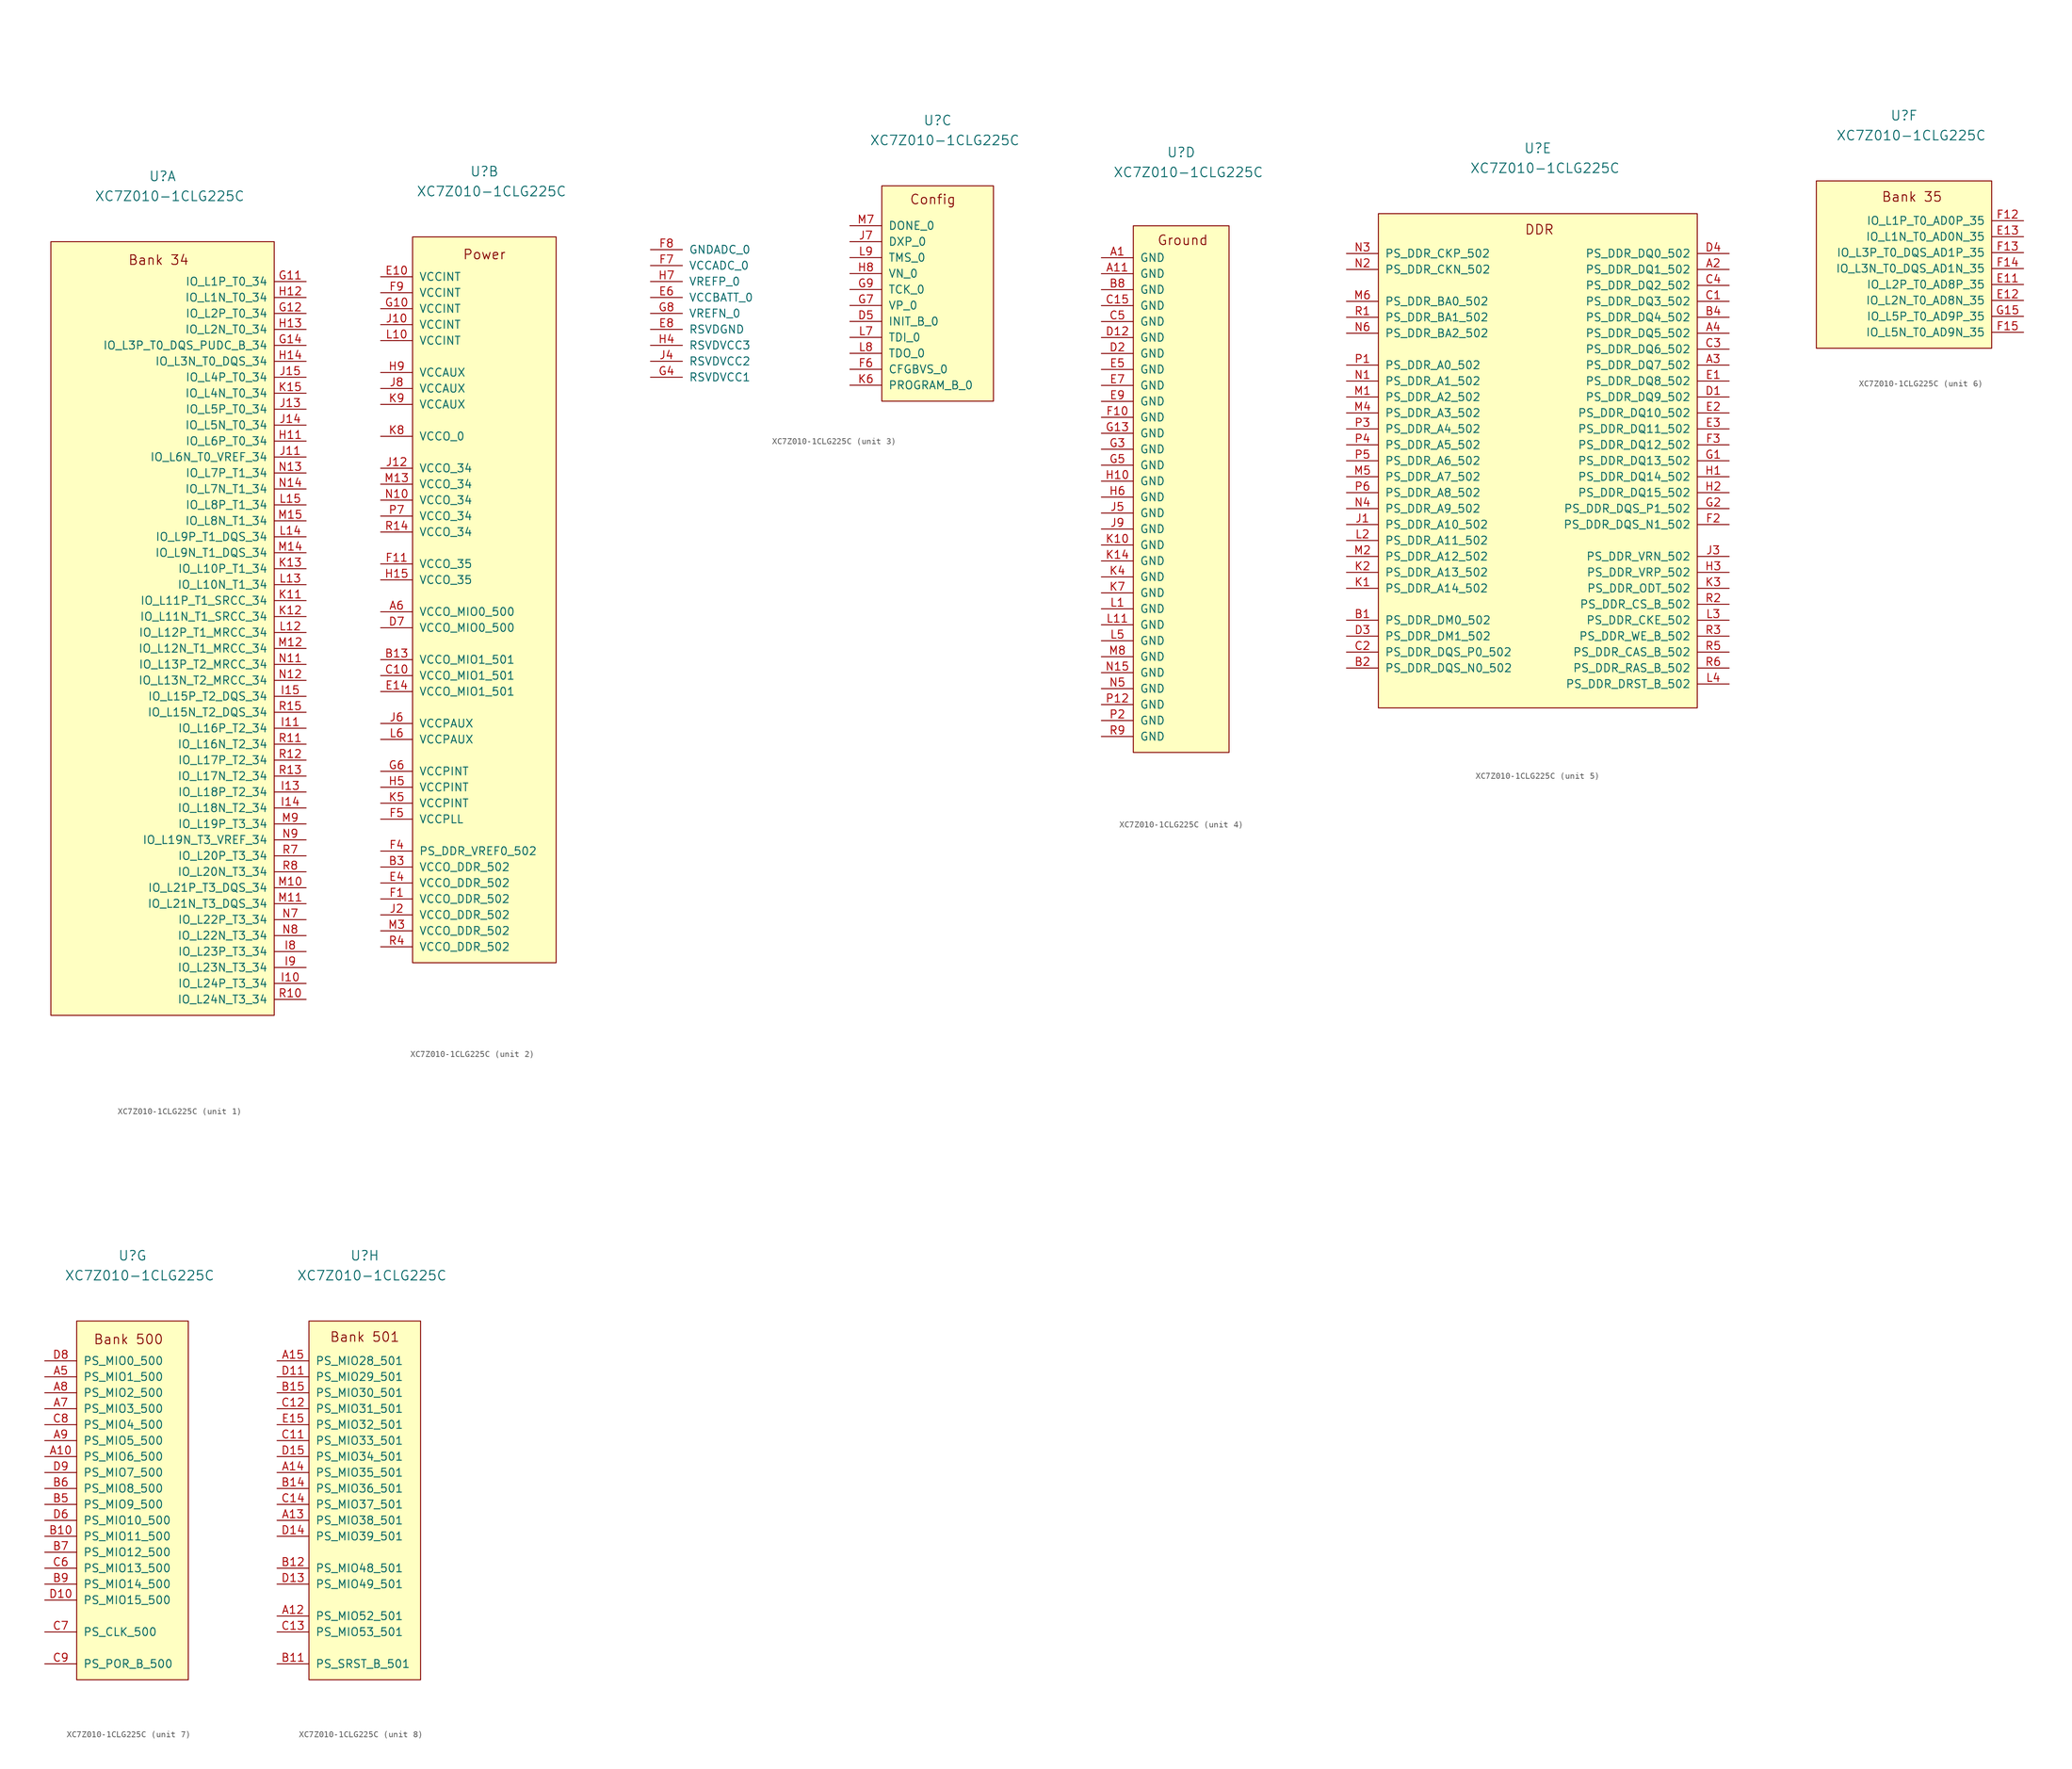
<source format=kicad_sym>
(kicad_symbol_lib
  (version 20211014)
  (generator kicad_symbol_editor)
  (symbol "XC7Z010-1CLG225C"
    (pin_names
      (offset 1.016))
    (property "Reference" "U"
      (at 0 16.764 0)
      (effects (font (size 1.524 1.524))))
    (property "Value" "XC7Z010-1CLG225C"
      (at 1.143 13.589 0)
      (effects (font (size 1.524 1.524))))
    (property "Footprint" ""
      (at -1.143 26.162 0)
      (effects (font (size 1.524 1.524))))
    (property "Datasheet" ""
      (at -1.143 26.162 0)
      (effects (font (size 1.524 1.524))))
    (property "ki_locked" ""
      (at 0 0 0)
      (effects (font (size 1.27 1.27))))
    (symbol "XC7Z010-1CLG225C_1_0"
      (text "Bank 34" (at -0.635 3.429 0) (effects (font (size 1.524 1.524)))))
    (symbol "XC7Z010-1CLG225C_1_1"
      (rectangle (start 17.78 6.35) (end -17.78 -116.84) (stroke (width 0) (type default) (color 0 0 0 0)) (fill (type background)))
      (pin input line (at 22.86 0 180) (length 5.08) (name "IO_L1P_T0_34" (effects (font (size 1.27 1.27)))) (number "G11" (effects (font (size 1.27 1.27)))))
      (pin input line (at 22.86 -5.08 180) (length 5.08) (name "IO_L2P_T0_34" (effects (font (size 1.27 1.27)))) (number "G12" (effects (font (size 1.27 1.27)))))
      (pin input line (at 22.86 -10.16 180) (length 5.08) (name "IO_L3P_T0_DQS_PUDC_B_34" (effects (font (size 1.27 1.27)))) (number "G14" (effects (font (size 1.27 1.27)))))
      (pin input line (at 22.86 -25.4 180) (length 5.08) (name "IO_L6P_T0_34" (effects (font (size 1.27 1.27)))) (number "H11" (effects (font (size 1.27 1.27)))))
      (pin input line (at 22.86 -2.54 180) (length 5.08) (name "IO_L1N_T0_34" (effects (font (size 1.27 1.27)))) (number "H12" (effects (font (size 1.27 1.27)))))
      (pin input line (at 22.86 -7.62 180) (length 5.08) (name "IO_L2N_T0_34" (effects (font (size 1.27 1.27)))) (number "H13" (effects (font (size 1.27 1.27)))))
      (pin input line (at 22.86 -12.7 180) (length 5.08) (name "IO_L3N_T0_DQS_34" (effects (font (size 1.27 1.27)))) (number "H14" (effects (font (size 1.27 1.27)))))
      (pin input line (at 22.86 -111.76 180) (length 5.08) (name "IO_L24P_T3_34" (effects (font (size 1.27 1.27)))) (number "I10" (effects (font (size 1.27 1.27)))))
      (pin input line (at 22.86 -71.12 180) (length 5.08) (name "IO_L16P_T2_34" (effects (font (size 1.27 1.27)))) (number "I11" (effects (font (size 1.27 1.27)))))
      (pin input line (at 22.86 -81.28 180) (length 5.08) (name "IO_L18P_T2_34" (effects (font (size 1.27 1.27)))) (number "I13" (effects (font (size 1.27 1.27)))))
      (pin input line (at 22.86 -83.82 180) (length 5.08) (name "IO_L18N_T2_34" (effects (font (size 1.27 1.27)))) (number "I14" (effects (font (size 1.27 1.27)))))
      (pin input line (at 22.86 -66.04 180) (length 5.08) (name "IO_L15P_T2_DQS_34" (effects (font (size 1.27 1.27)))) (number "I15" (effects (font (size 1.27 1.27)))))
      (pin input line (at 22.86 -106.68 180) (length 5.08) (name "IO_L23P_T3_34" (effects (font (size 1.27 1.27)))) (number "I8" (effects (font (size 1.27 1.27)))))
      (pin input line (at 22.86 -109.22 180) (length 5.08) (name "IO_L23N_T3_34" (effects (font (size 1.27 1.27)))) (number "I9" (effects (font (size 1.27 1.27)))))
      (pin input line (at 22.86 -27.94 180) (length 5.08) (name "IO_L6N_T0_VREF_34" (effects (font (size 1.27 1.27)))) (number "J11" (effects (font (size 1.27 1.27)))))
      (pin input line (at 22.86 -20.32 180) (length 5.08) (name "IO_L5P_T0_34" (effects (font (size 1.27 1.27)))) (number "J13" (effects (font (size 1.27 1.27)))))
      (pin input line (at 22.86 -22.86 180) (length 5.08) (name "IO_L5N_T0_34" (effects (font (size 1.27 1.27)))) (number "J14" (effects (font (size 1.27 1.27)))))
      (pin input line (at 22.86 -15.24 180) (length 5.08) (name "IO_L4P_T0_34" (effects (font (size 1.27 1.27)))) (number "J15" (effects (font (size 1.27 1.27)))))
      (pin input line (at 22.86 -50.8 180) (length 5.08) (name "IO_L11P_T1_SRCC_34" (effects (font (size 1.27 1.27)))) (number "K11" (effects (font (size 1.27 1.27)))))
      (pin input line (at 22.86 -53.34 180) (length 5.08) (name "IO_L11N_T1_SRCC_34" (effects (font (size 1.27 1.27)))) (number "K12" (effects (font (size 1.27 1.27)))))
      (pin input line (at 22.86 -45.72 180) (length 5.08) (name "IO_L10P_T1_34" (effects (font (size 1.27 1.27)))) (number "K13" (effects (font (size 1.27 1.27)))))
      (pin input line (at 22.86 -17.78 180) (length 5.08) (name "IO_L4N_T0_34" (effects (font (size 1.27 1.27)))) (number "K15" (effects (font (size 1.27 1.27)))))
      (pin input line (at 22.86 -55.88 180) (length 5.08) (name "IO_L12P_T1_MRCC_34" (effects (font (size 1.27 1.27)))) (number "L12" (effects (font (size 1.27 1.27)))))
      (pin input line (at 22.86 -48.26 180) (length 5.08) (name "IO_L10N_T1_34" (effects (font (size 1.27 1.27)))) (number "L13" (effects (font (size 1.27 1.27)))))
      (pin input line (at 22.86 -40.64 180) (length 5.08) (name "IO_L9P_T1_DQS_34" (effects (font (size 1.27 1.27)))) (number "L14" (effects (font (size 1.27 1.27)))))
      (pin input line (at 22.86 -35.56 180) (length 5.08) (name "IO_L8P_T1_34" (effects (font (size 1.27 1.27)))) (number "L15" (effects (font (size 1.27 1.27)))))
      (pin input line (at 22.86 -96.52 180) (length 5.08) (name "IO_L21P_T3_DQS_34" (effects (font (size 1.27 1.27)))) (number "M10" (effects (font (size 1.27 1.27)))))
      (pin input line (at 22.86 -99.06 180) (length 5.08) (name "IO_L21N_T3_DQS_34" (effects (font (size 1.27 1.27)))) (number "M11" (effects (font (size 1.27 1.27)))))
      (pin input line (at 22.86 -58.42 180) (length 5.08) (name "IO_L12N_T1_MRCC_34" (effects (font (size 1.27 1.27)))) (number "M12" (effects (font (size 1.27 1.27)))))
      (pin input line (at 22.86 -43.18 180) (length 5.08) (name "IO_L9N_T1_DQS_34" (effects (font (size 1.27 1.27)))) (number "M14" (effects (font (size 1.27 1.27)))))
      (pin input line (at 22.86 -38.1 180) (length 5.08) (name "IO_L8N_T1_34" (effects (font (size 1.27 1.27)))) (number "M15" (effects (font (size 1.27 1.27)))))
      (pin input line (at 22.86 -86.36 180) (length 5.08) (name "IO_L19P_T3_34" (effects (font (size 1.27 1.27)))) (number "M9" (effects (font (size 1.27 1.27)))))
      (pin input line (at 22.86 -60.96 180) (length 5.08) (name "IO_L13P_T2_MRCC_34" (effects (font (size 1.27 1.27)))) (number "N11" (effects (font (size 1.27 1.27)))))
      (pin input line (at 22.86 -63.5 180) (length 5.08) (name "IO_L13N_T2_MRCC_34" (effects (font (size 1.27 1.27)))) (number "N12" (effects (font (size 1.27 1.27)))))
      (pin input line (at 22.86 -30.48 180) (length 5.08) (name "IO_L7P_T1_34" (effects (font (size 1.27 1.27)))) (number "N13" (effects (font (size 1.27 1.27)))))
      (pin input line (at 22.86 -33.02 180) (length 5.08) (name "IO_L7N_T1_34" (effects (font (size 1.27 1.27)))) (number "N14" (effects (font (size 1.27 1.27)))))
      (pin input line (at 22.86 -101.6 180) (length 5.08) (name "IO_L22P_T3_34" (effects (font (size 1.27 1.27)))) (number "N7" (effects (font (size 1.27 1.27)))))
      (pin input line (at 22.86 -104.14 180) (length 5.08) (name "IO_L22N_T3_34" (effects (font (size 1.27 1.27)))) (number "N8" (effects (font (size 1.27 1.27)))))
      (pin input line (at 22.86 -88.9 180) (length 5.08) (name "IO_L19N_T3_VREF_34" (effects (font (size 1.27 1.27)))) (number "N9" (effects (font (size 1.27 1.27)))))
      (pin input line (at 22.86 -114.3 180) (length 5.08) (name "IO_L24N_T3_34" (effects (font (size 1.27 1.27)))) (number "R10" (effects (font (size 1.27 1.27)))))
      (pin input line (at 22.86 -73.66 180) (length 5.08) (name "IO_L16N_T2_34" (effects (font (size 1.27 1.27)))) (number "R11" (effects (font (size 1.27 1.27)))))
      (pin input line (at 22.86 -76.2 180) (length 5.08) (name "IO_L17P_T2_34" (effects (font (size 1.27 1.27)))) (number "R12" (effects (font (size 1.27 1.27)))))
      (pin input line (at 22.86 -78.74 180) (length 5.08) (name "IO_L17N_T2_34" (effects (font (size 1.27 1.27)))) (number "R13" (effects (font (size 1.27 1.27)))))
      (pin input line (at 22.86 -68.58 180) (length 5.08) (name "IO_L15N_T2_DQS_34" (effects (font (size 1.27 1.27)))) (number "R15" (effects (font (size 1.27 1.27)))))
      (pin input line (at 22.86 -91.44 180) (length 5.08) (name "IO_L20P_T3_34" (effects (font (size 1.27 1.27)))) (number "R7" (effects (font (size 1.27 1.27)))))
      (pin input line (at 22.86 -93.98 180) (length 5.08) (name "IO_L20N_T3_34" (effects (font (size 1.27 1.27)))) (number "R8" (effects (font (size 1.27 1.27))))))
    (symbol "XC7Z010-1CLG225C_2_0"
      (text "Power" (at 0 3.556 0) (effects (font (size 1.524 1.524)))))
    (symbol "XC7Z010-1CLG225C_2_1"
      (rectangle (start -11.43 6.35) (end 11.43 -109.22) (stroke (width 0) (type default) (color 0 0 0 0)) (fill (type background)))
      (pin passive line (at -16.51 -53.34 0) (length 5.08) (name "VCCO_MIO0_500" (effects (font (size 1.27 1.27)))) (number "A6" (effects (font (size 1.27 1.27)))))
      (pin passive line (at -16.51 -60.96 0) (length 5.08) (name "VCCO_MIO1_501" (effects (font (size 1.27 1.27)))) (number "B13" (effects (font (size 1.27 1.27)))))
      (pin passive line (at -16.51 -93.98 0) (length 5.08) (name "VCCO_DDR_502" (effects (font (size 1.27 1.27)))) (number "B3" (effects (font (size 1.27 1.27)))))
      (pin passive line (at -16.51 -63.5 0) (length 5.08) (name "VCCO_MIO1_501" (effects (font (size 1.27 1.27)))) (number "C10" (effects (font (size 1.27 1.27)))))
      (pin passive line (at -16.51 -55.88 0) (length 5.08) (name "VCCO_MIO0_500" (effects (font (size 1.27 1.27)))) (number "D7" (effects (font (size 1.27 1.27)))))
      (pin passive line (at -16.51 0 0) (length 5.08) (name "VCCINT" (effects (font (size 1.27 1.27)))) (number "E10" (effects (font (size 1.27 1.27)))))
      (pin passive line (at -16.51 -66.04 0) (length 5.08) (name "VCCO_MIO1_501" (effects (font (size 1.27 1.27)))) (number "E14" (effects (font (size 1.27 1.27)))))
      (pin passive line (at -16.51 -96.52 0) (length 5.08) (name "VCCO_DDR_502" (effects (font (size 1.27 1.27)))) (number "E4" (effects (font (size 1.27 1.27)))))
      (pin passive line (at -16.51 -99.06 0) (length 5.08) (name "VCCO_DDR_502" (effects (font (size 1.27 1.27)))) (number "F1" (effects (font (size 1.27 1.27)))))
      (pin passive line (at -16.51 -45.72 0) (length 5.08) (name "VCCO_35" (effects (font (size 1.27 1.27)))) (number "F11" (effects (font (size 1.27 1.27)))))
      (pin power_out line (at -16.51 -91.44 0) (length 5.08) (name "PS_DDR_VREF0_502" (effects (font (size 1.27 1.27)))) (number "F4" (effects (font (size 1.27 1.27)))))
      (pin passive line (at -16.51 -86.36 0) (length 5.08) (name "VCCPLL" (effects (font (size 1.27 1.27)))) (number "F5" (effects (font (size 1.27 1.27)))))
      (pin passive line (at -16.51 -2.54 0) (length 5.08) (name "VCCINT" (effects (font (size 1.27 1.27)))) (number "F9" (effects (font (size 1.27 1.27)))))
      (pin passive line (at -16.51 -5.08 0) (length 5.08) (name "VCCINT" (effects (font (size 1.27 1.27)))) (number "G10" (effects (font (size 1.27 1.27)))))
      (pin passive line (at -16.51 -78.74 0) (length 5.08) (name "VCCPINT" (effects (font (size 1.27 1.27)))) (number "G6" (effects (font (size 1.27 1.27)))))
      (pin passive line (at -16.51 -48.26 0) (length 5.08) (name "VCCO_35" (effects (font (size 1.27 1.27)))) (number "H15" (effects (font (size 1.27 1.27)))))
      (pin passive line (at -16.51 -81.28 0) (length 5.08) (name "VCCPINT" (effects (font (size 1.27 1.27)))) (number "H5" (effects (font (size 1.27 1.27)))))
      (pin passive line (at -16.51 -15.24 0) (length 5.08) (name "VCCAUX" (effects (font (size 1.27 1.27)))) (number "H9" (effects (font (size 1.27 1.27)))))
      (pin passive line (at -16.51 -7.62 0) (length 5.08) (name "VCCINT" (effects (font (size 1.27 1.27)))) (number "J10" (effects (font (size 1.27 1.27)))))
      (pin passive line (at -16.51 -30.48 0) (length 5.08) (name "VCCO_34" (effects (font (size 1.27 1.27)))) (number "J12" (effects (font (size 1.27 1.27)))))
      (pin passive line (at -16.51 -101.6 0) (length 5.08) (name "VCCO_DDR_502" (effects (font (size 1.27 1.27)))) (number "J2" (effects (font (size 1.27 1.27)))))
      (pin passive line (at -16.51 -71.12 0) (length 5.08) (name "VCCPAUX" (effects (font (size 1.27 1.27)))) (number "J6" (effects (font (size 1.27 1.27)))))
      (pin passive line (at -16.51 -17.78 0) (length 5.08) (name "VCCAUX" (effects (font (size 1.27 1.27)))) (number "J8" (effects (font (size 1.27 1.27)))))
      (pin passive line (at -16.51 -83.82 0) (length 5.08) (name "VCCPINT" (effects (font (size 1.27 1.27)))) (number "K5" (effects (font (size 1.27 1.27)))))
      (pin passive line (at -16.51 -25.4 0) (length 5.08) (name "VCCO_0" (effects (font (size 1.27 1.27)))) (number "K8" (effects (font (size 1.27 1.27)))))
      (pin passive line (at -16.51 -20.32 0) (length 5.08) (name "VCCAUX" (effects (font (size 1.27 1.27)))) (number "K9" (effects (font (size 1.27 1.27)))))
      (pin passive line (at -16.51 -10.16 0) (length 5.08) (name "VCCINT" (effects (font (size 1.27 1.27)))) (number "L10" (effects (font (size 1.27 1.27)))))
      (pin passive line (at -16.51 -73.66 0) (length 5.08) (name "VCCPAUX" (effects (font (size 1.27 1.27)))) (number "L6" (effects (font (size 1.27 1.27)))))
      (pin passive line (at -16.51 -33.02 0) (length 5.08) (name "VCCO_34" (effects (font (size 1.27 1.27)))) (number "M13" (effects (font (size 1.27 1.27)))))
      (pin passive line (at -16.51 -104.14 0) (length 5.08) (name "VCCO_DDR_502" (effects (font (size 1.27 1.27)))) (number "M3" (effects (font (size 1.27 1.27)))))
      (pin passive line (at -16.51 -35.56 0) (length 5.08) (name "VCCO_34" (effects (font (size 1.27 1.27)))) (number "N10" (effects (font (size 1.27 1.27)))))
      (pin passive line (at -16.51 -38.1 0) (length 5.08) (name "VCCO_34" (effects (font (size 1.27 1.27)))) (number "P7" (effects (font (size 1.27 1.27)))))
      (pin passive line (at -16.51 -40.64 0) (length 5.08) (name "VCCO_34" (effects (font (size 1.27 1.27)))) (number "R14" (effects (font (size 1.27 1.27)))))
      (pin passive line (at -16.51 -106.68 0) (length 5.08) (name "VCCO_DDR_502" (effects (font (size 1.27 1.27)))) (number "R4" (effects (font (size 1.27 1.27))))))
    (symbol "XC7Z010-1CLG225C_3_0"
      (text "Config" (at -0.762 4.191 0) (effects (font (size 1.524 1.524)))))
    (symbol "XC7Z010-1CLG225C_3_1"
      (rectangle (start -8.89 6.35) (end 8.89 -27.94) (stroke (width 0) (type default) (color 0 0 0 0)) (fill (type background)))
      (pin input line (at -13.97 -15.24 0) (length 5.08) (name "INIT_B_0" (effects (font (size 1.27 1.27)))) (number "D5" (effects (font (size 1.27 1.27)))))
      (pin input line (at -45.72 -11.43 0) (length 5.08) (name "VCCBATT_0" (effects (font (size 1.27 1.27)))) (number "E6" (effects (font (size 1.27 1.27)))))
      (pin input line (at -45.72 -16.51 0) (length 5.08) (name "RSVDGND" (effects (font (size 1.27 1.27)))) (number "E8" (effects (font (size 1.27 1.27)))))
      (pin input line (at -13.97 -22.86 0) (length 5.08) (name "CFGBVS_0" (effects (font (size 1.27 1.27)))) (number "F6" (effects (font (size 1.27 1.27)))))
      (pin input line (at -45.72 -6.35 0) (length 5.08) (name "VCCADC_0" (effects (font (size 1.27 1.27)))) (number "F7" (effects (font (size 1.27 1.27)))))
      (pin input line (at -45.72 -3.81 0) (length 5.08) (name "GNDADC_0" (effects (font (size 1.27 1.27)))) (number "F8" (effects (font (size 1.27 1.27)))))
      (pin input line (at -45.72 -24.13 0) (length 5.08) (name "RSVDVCC1" (effects (font (size 1.27 1.27)))) (number "G4" (effects (font (size 1.27 1.27)))))
      (pin input line (at -13.97 -12.7 0) (length 5.08) (name "VP_0" (effects (font (size 1.27 1.27)))) (number "G7" (effects (font (size 1.27 1.27)))))
      (pin input line (at -45.72 -13.97 0) (length 5.08) (name "VREFN_0" (effects (font (size 1.27 1.27)))) (number "G8" (effects (font (size 1.27 1.27)))))
      (pin input line (at -13.97 -10.16 0) (length 5.08) (name "TCK_0" (effects (font (size 1.27 1.27)))) (number "G9" (effects (font (size 1.27 1.27)))))
      (pin input line (at -45.72 -19.05 0) (length 5.08) (name "RSVDVCC3" (effects (font (size 1.27 1.27)))) (number "H4" (effects (font (size 1.27 1.27)))))
      (pin input line (at -45.72 -8.89 0) (length 5.08) (name "VREFP_0" (effects (font (size 1.27 1.27)))) (number "H7" (effects (font (size 1.27 1.27)))))
      (pin input line (at -13.97 -7.62 0) (length 5.08) (name "VN_0" (effects (font (size 1.27 1.27)))) (number "H8" (effects (font (size 1.27 1.27)))))
      (pin input line (at -45.72 -21.59 0) (length 5.08) (name "RSVDVCC2" (effects (font (size 1.27 1.27)))) (number "J4" (effects (font (size 1.27 1.27)))))
      (pin input line (at -13.97 -2.54 0) (length 5.08) (name "DXP_0" (effects (font (size 1.27 1.27)))) (number "J7" (effects (font (size 1.27 1.27)))))
      (pin input line (at -13.97 -25.4 0) (length 5.08) (name "PROGRAM_B_0" (effects (font (size 1.27 1.27)))) (number "K6" (effects (font (size 1.27 1.27)))))
      (pin input line (at -13.97 -17.78 0) (length 5.08) (name "TDI_0" (effects (font (size 1.27 1.27)))) (number "L7" (effects (font (size 1.27 1.27)))))
      (pin input line (at -13.97 -20.32 0) (length 5.08) (name "TDO_0" (effects (font (size 1.27 1.27)))) (number "L8" (effects (font (size 1.27 1.27)))))
      (pin input line (at -13.97 -5.08 0) (length 5.08) (name "TMS_0" (effects (font (size 1.27 1.27)))) (number "L9" (effects (font (size 1.27 1.27)))))
      (pin input line (at -13.97 0 0) (length 5.08) (name "DONE_0" (effects (font (size 1.27 1.27)))) (number "M7" (effects (font (size 1.27 1.27))))))
    (symbol "XC7Z010-1CLG225C_4_0"
      (text "Ground" (at 0.254 2.794 0) (effects (font (size 1.524 1.524)))))
    (symbol "XC7Z010-1CLG225C_4_1"
      (rectangle (start -7.62 5.08) (end 7.62 -78.74) (stroke (width 0) (type default) (color 0 0 0 0)) (fill (type background)))
      (pin passive line (at -12.7 0 0) (length 5.08) (name "GND" (effects (font (size 1.27 1.27)))) (number "A1" (effects (font (size 1.27 1.27)))))
      (pin passive line (at -12.7 -2.54 0) (length 5.08) (name "GND" (effects (font (size 1.27 1.27)))) (number "A11" (effects (font (size 1.27 1.27)))))
      (pin passive line (at -12.7 -5.08 0) (length 5.08) (name "GND" (effects (font (size 1.27 1.27)))) (number "B8" (effects (font (size 1.27 1.27)))))
      (pin passive line (at -12.7 -7.62 0) (length 5.08) (name "GND" (effects (font (size 1.27 1.27)))) (number "C15" (effects (font (size 1.27 1.27)))))
      (pin passive line (at -12.7 -10.16 0) (length 5.08) (name "GND" (effects (font (size 1.27 1.27)))) (number "C5" (effects (font (size 1.27 1.27)))))
      (pin passive line (at -12.7 -12.7 0) (length 5.08) (name "GND" (effects (font (size 1.27 1.27)))) (number "D12" (effects (font (size 1.27 1.27)))))
      (pin passive line (at -12.7 -15.24 0) (length 5.08) (name "GND" (effects (font (size 1.27 1.27)))) (number "D2" (effects (font (size 1.27 1.27)))))
      (pin passive line (at -12.7 -17.78 0) (length 5.08) (name "GND" (effects (font (size 1.27 1.27)))) (number "E5" (effects (font (size 1.27 1.27)))))
      (pin passive line (at -12.7 -20.32 0) (length 5.08) (name "GND" (effects (font (size 1.27 1.27)))) (number "E7" (effects (font (size 1.27 1.27)))))
      (pin passive line (at -12.7 -22.86 0) (length 5.08) (name "GND" (effects (font (size 1.27 1.27)))) (number "E9" (effects (font (size 1.27 1.27)))))
      (pin passive line (at -12.7 -25.4 0) (length 5.08) (name "GND" (effects (font (size 1.27 1.27)))) (number "F10" (effects (font (size 1.27 1.27)))))
      (pin passive line (at -12.7 -27.94 0) (length 5.08) (name "GND" (effects (font (size 1.27 1.27)))) (number "G13" (effects (font (size 1.27 1.27)))))
      (pin passive line (at -12.7 -30.48 0) (length 5.08) (name "GND" (effects (font (size 1.27 1.27)))) (number "G3" (effects (font (size 1.27 1.27)))))
      (pin passive line (at -12.7 -33.02 0) (length 5.08) (name "GND" (effects (font (size 1.27 1.27)))) (number "G5" (effects (font (size 1.27 1.27)))))
      (pin passive line (at -12.7 -35.56 0) (length 5.08) (name "GND" (effects (font (size 1.27 1.27)))) (number "H10" (effects (font (size 1.27 1.27)))))
      (pin passive line (at -12.7 -38.1 0) (length 5.08) (name "GND" (effects (font (size 1.27 1.27)))) (number "H6" (effects (font (size 1.27 1.27)))))
      (pin passive line (at -12.7 -40.64 0) (length 5.08) (name "GND" (effects (font (size 1.27 1.27)))) (number "J5" (effects (font (size 1.27 1.27)))))
      (pin passive line (at -12.7 -43.18 0) (length 5.08) (name "GND" (effects (font (size 1.27 1.27)))) (number "J9" (effects (font (size 1.27 1.27)))))
      (pin passive line (at -12.7 -45.72 0) (length 5.08) (name "GND" (effects (font (size 1.27 1.27)))) (number "K10" (effects (font (size 1.27 1.27)))))
      (pin passive line (at -12.7 -48.26 0) (length 5.08) (name "GND" (effects (font (size 1.27 1.27)))) (number "K14" (effects (font (size 1.27 1.27)))))
      (pin passive line (at -12.7 -50.8 0) (length 5.08) (name "GND" (effects (font (size 1.27 1.27)))) (number "K4" (effects (font (size 1.27 1.27)))))
      (pin passive line (at -12.7 -53.34 0) (length 5.08) (name "GND" (effects (font (size 1.27 1.27)))) (number "K7" (effects (font (size 1.27 1.27)))))
      (pin passive line (at -12.7 -55.88 0) (length 5.08) (name "GND" (effects (font (size 1.27 1.27)))) (number "L1" (effects (font (size 1.27 1.27)))))
      (pin passive line (at -12.7 -58.42 0) (length 5.08) (name "GND" (effects (font (size 1.27 1.27)))) (number "L11" (effects (font (size 1.27 1.27)))))
      (pin passive line (at -12.7 -60.96 0) (length 5.08) (name "GND" (effects (font (size 1.27 1.27)))) (number "L5" (effects (font (size 1.27 1.27)))))
      (pin passive line (at -12.7 -63.5 0) (length 5.08) (name "GND" (effects (font (size 1.27 1.27)))) (number "M8" (effects (font (size 1.27 1.27)))))
      (pin passive line (at -12.7 -66.04 0) (length 5.08) (name "GND" (effects (font (size 1.27 1.27)))) (number "N15" (effects (font (size 1.27 1.27)))))
      (pin passive line (at -12.7 -68.58 0) (length 5.08) (name "GND" (effects (font (size 1.27 1.27)))) (number "N5" (effects (font (size 1.27 1.27)))))
      (pin passive line (at -12.7 -71.12 0) (length 5.08) (name "GND" (effects (font (size 1.27 1.27)))) (number "P12" (effects (font (size 1.27 1.27)))))
      (pin passive line (at -12.7 -73.66 0) (length 5.08) (name "GND" (effects (font (size 1.27 1.27)))) (number "P2" (effects (font (size 1.27 1.27)))))
      (pin passive line (at -12.7 -76.2 0) (length 5.08) (name "GND" (effects (font (size 1.27 1.27)))) (number "R9" (effects (font (size 1.27 1.27))))))
    (symbol "XC7Z010-1CLG225C_5_0"
      (text "DDR" (at 0.254 3.81 0) (effects (font (size 1.524 1.524)))))
    (symbol "XC7Z010-1CLG225C_5_1"
      (rectangle (start -25.4 6.35) (end 25.4 -72.39) (stroke (width 0) (type default) (color 0 0 0 0)) (fill (type background)))
      (pin input line (at 30.48 -2.54 180) (length 5.08) (name "PS_DDR_DQ1_502" (effects (font (size 1.27 1.27)))) (number "A2" (effects (font (size 1.27 1.27)))))
      (pin input line (at 30.48 -17.78 180) (length 5.08) (name "PS_DDR_DQ7_502" (effects (font (size 1.27 1.27)))) (number "A3" (effects (font (size 1.27 1.27)))))
      (pin input line (at 30.48 -12.7 180) (length 5.08) (name "PS_DDR_DQ5_502" (effects (font (size 1.27 1.27)))) (number "A4" (effects (font (size 1.27 1.27)))))
      (pin input line (at -30.48 -58.42 0) (length 5.08) (name "PS_DDR_DM0_502" (effects (font (size 1.27 1.27)))) (number "B1" (effects (font (size 1.27 1.27)))))
      (pin input line (at -30.48 -66.04 0) (length 5.08) (name "PS_DDR_DQS_N0_502" (effects (font (size 1.27 1.27)))) (number "B2" (effects (font (size 1.27 1.27)))))
      (pin input line (at 30.48 -10.16 180) (length 5.08) (name "PS_DDR_DQ4_502" (effects (font (size 1.27 1.27)))) (number "B4" (effects (font (size 1.27 1.27)))))
      (pin input line (at 30.48 -7.62 180) (length 5.08) (name "PS_DDR_DQ3_502" (effects (font (size 1.27 1.27)))) (number "C1" (effects (font (size 1.27 1.27)))))
      (pin input line (at -30.48 -63.5 0) (length 5.08) (name "PS_DDR_DQS_P0_502" (effects (font (size 1.27 1.27)))) (number "C2" (effects (font (size 1.27 1.27)))))
      (pin input line (at 30.48 -15.24 180) (length 5.08) (name "PS_DDR_DQ6_502" (effects (font (size 1.27 1.27)))) (number "C3" (effects (font (size 1.27 1.27)))))
      (pin input line (at 30.48 -5.08 180) (length 5.08) (name "PS_DDR_DQ2_502" (effects (font (size 1.27 1.27)))) (number "C4" (effects (font (size 1.27 1.27)))))
      (pin input line (at 30.48 -22.86 180) (length 5.08) (name "PS_DDR_DQ9_502" (effects (font (size 1.27 1.27)))) (number "D1" (effects (font (size 1.27 1.27)))))
      (pin input line (at -30.48 -60.96 0) (length 5.08) (name "PS_DDR_DM1_502" (effects (font (size 1.27 1.27)))) (number "D3" (effects (font (size 1.27 1.27)))))
      (pin input line (at 30.48 0 180) (length 5.08) (name "PS_DDR_DQ0_502" (effects (font (size 1.27 1.27)))) (number "D4" (effects (font (size 1.27 1.27)))))
      (pin input line (at 30.48 -20.32 180) (length 5.08) (name "PS_DDR_DQ8_502" (effects (font (size 1.27 1.27)))) (number "E1" (effects (font (size 1.27 1.27)))))
      (pin input line (at 30.48 -25.4 180) (length 5.08) (name "PS_DDR_DQ10_502" (effects (font (size 1.27 1.27)))) (number "E2" (effects (font (size 1.27 1.27)))))
      (pin input line (at 30.48 -27.94 180) (length 5.08) (name "PS_DDR_DQ11_502" (effects (font (size 1.27 1.27)))) (number "E3" (effects (font (size 1.27 1.27)))))
      (pin input line (at 30.48 -43.18 180) (length 5.08) (name "PS_DDR_DQS_N1_502" (effects (font (size 1.27 1.27)))) (number "F2" (effects (font (size 1.27 1.27)))))
      (pin input line (at 30.48 -30.48 180) (length 5.08) (name "PS_DDR_DQ12_502" (effects (font (size 1.27 1.27)))) (number "F3" (effects (font (size 1.27 1.27)))))
      (pin input line (at 30.48 -33.02 180) (length 5.08) (name "PS_DDR_DQ13_502" (effects (font (size 1.27 1.27)))) (number "G1" (effects (font (size 1.27 1.27)))))
      (pin input line (at 30.48 -40.64 180) (length 5.08) (name "PS_DDR_DQS_P1_502" (effects (font (size 1.27 1.27)))) (number "G2" (effects (font (size 1.27 1.27)))))
      (pin input line (at 30.48 -35.56 180) (length 5.08) (name "PS_DDR_DQ14_502" (effects (font (size 1.27 1.27)))) (number "H1" (effects (font (size 1.27 1.27)))))
      (pin input line (at 30.48 -38.1 180) (length 5.08) (name "PS_DDR_DQ15_502" (effects (font (size 1.27 1.27)))) (number "H2" (effects (font (size 1.27 1.27)))))
      (pin input line (at 30.48 -50.8 180) (length 5.08) (name "PS_DDR_VRP_502" (effects (font (size 1.27 1.27)))) (number "H3" (effects (font (size 1.27 1.27)))))
      (pin input line (at -30.48 -43.18 0) (length 5.08) (name "PS_DDR_A10_502" (effects (font (size 1.27 1.27)))) (number "J1" (effects (font (size 1.27 1.27)))))
      (pin input line (at 30.48 -48.26 180) (length 5.08) (name "PS_DDR_VRN_502" (effects (font (size 1.27 1.27)))) (number "J3" (effects (font (size 1.27 1.27)))))
      (pin input line (at -30.48 -53.34 0) (length 5.08) (name "PS_DDR_A14_502" (effects (font (size 1.27 1.27)))) (number "K1" (effects (font (size 1.27 1.27)))))
      (pin input line (at -30.48 -50.8 0) (length 5.08) (name "PS_DDR_A13_502" (effects (font (size 1.27 1.27)))) (number "K2" (effects (font (size 1.27 1.27)))))
      (pin input line (at 30.48 -53.34 180) (length 5.08) (name "PS_DDR_ODT_502" (effects (font (size 1.27 1.27)))) (number "K3" (effects (font (size 1.27 1.27)))))
      (pin input line (at -30.48 -45.72 0) (length 5.08) (name "PS_DDR_A11_502" (effects (font (size 1.27 1.27)))) (number "L2" (effects (font (size 1.27 1.27)))))
      (pin input line (at 30.48 -58.42 180) (length 5.08) (name "PS_DDR_CKE_502" (effects (font (size 1.27 1.27)))) (number "L3" (effects (font (size 1.27 1.27)))))
      (pin input line (at 30.48 -68.58 180) (length 5.08) (name "PS_DDR_DRST_B_502" (effects (font (size 1.27 1.27)))) (number "L4" (effects (font (size 1.27 1.27)))))
      (pin input line (at -30.48 -22.86 0) (length 5.08) (name "PS_DDR_A2_502" (effects (font (size 1.27 1.27)))) (number "M1" (effects (font (size 1.27 1.27)))))
      (pin input line (at -30.48 -48.26 0) (length 5.08) (name "PS_DDR_A12_502" (effects (font (size 1.27 1.27)))) (number "M2" (effects (font (size 1.27 1.27)))))
      (pin input line (at -30.48 -25.4 0) (length 5.08) (name "PS_DDR_A3_502" (effects (font (size 1.27 1.27)))) (number "M4" (effects (font (size 1.27 1.27)))))
      (pin input line (at -30.48 -35.56 0) (length 5.08) (name "PS_DDR_A7_502" (effects (font (size 1.27 1.27)))) (number "M5" (effects (font (size 1.27 1.27)))))
      (pin input line (at -30.48 -7.62 0) (length 5.08) (name "PS_DDR_BA0_502" (effects (font (size 1.27 1.27)))) (number "M6" (effects (font (size 1.27 1.27)))))
      (pin input line (at -30.48 -20.32 0) (length 5.08) (name "PS_DDR_A1_502" (effects (font (size 1.27 1.27)))) (number "N1" (effects (font (size 1.27 1.27)))))
      (pin input line (at -30.48 -2.54 0) (length 5.08) (name "PS_DDR_CKN_502" (effects (font (size 1.27 1.27)))) (number "N2" (effects (font (size 1.27 1.27)))))
      (pin input line (at -30.48 0 0) (length 5.08) (name "PS_DDR_CKP_502" (effects (font (size 1.27 1.27)))) (number "N3" (effects (font (size 1.27 1.27)))))
      (pin input line (at -30.48 -40.64 0) (length 5.08) (name "PS_DDR_A9_502" (effects (font (size 1.27 1.27)))) (number "N4" (effects (font (size 1.27 1.27)))))
      (pin input line (at -30.48 -12.7 0) (length 5.08) (name "PS_DDR_BA2_502" (effects (font (size 1.27 1.27)))) (number "N6" (effects (font (size 1.27 1.27)))))
      (pin input line (at -30.48 -17.78 0) (length 5.08) (name "PS_DDR_A0_502" (effects (font (size 1.27 1.27)))) (number "P1" (effects (font (size 1.27 1.27)))))
      (pin input line (at -30.48 -27.94 0) (length 5.08) (name "PS_DDR_A4_502" (effects (font (size 1.27 1.27)))) (number "P3" (effects (font (size 1.27 1.27)))))
      (pin input line (at -30.48 -30.48 0) (length 5.08) (name "PS_DDR_A5_502" (effects (font (size 1.27 1.27)))) (number "P4" (effects (font (size 1.27 1.27)))))
      (pin input line (at -30.48 -33.02 0) (length 5.08) (name "PS_DDR_A6_502" (effects (font (size 1.27 1.27)))) (number "P5" (effects (font (size 1.27 1.27)))))
      (pin input line (at -30.48 -38.1 0) (length 5.08) (name "PS_DDR_A8_502" (effects (font (size 1.27 1.27)))) (number "P6" (effects (font (size 1.27 1.27)))))
      (pin input line (at -30.48 -10.16 0) (length 5.08) (name "PS_DDR_BA1_502" (effects (font (size 1.27 1.27)))) (number "R1" (effects (font (size 1.27 1.27)))))
      (pin input line (at 30.48 -55.88 180) (length 5.08) (name "PS_DDR_CS_B_502" (effects (font (size 1.27 1.27)))) (number "R2" (effects (font (size 1.27 1.27)))))
      (pin input line (at 30.48 -60.96 180) (length 5.08) (name "PS_DDR_WE_B_502" (effects (font (size 1.27 1.27)))) (number "R3" (effects (font (size 1.27 1.27)))))
      (pin input line (at 30.48 -63.5 180) (length 5.08) (name "PS_DDR_CAS_B_502" (effects (font (size 1.27 1.27)))) (number "R5" (effects (font (size 1.27 1.27)))))
      (pin input line (at 30.48 -66.04 180) (length 5.08) (name "PS_DDR_RAS_B_502" (effects (font (size 1.27 1.27)))) (number "R6" (effects (font (size 1.27 1.27))))))
    (symbol "XC7Z010-1CLG225C_6_0"
      (text "Bank 35" (at 1.27 3.81 0) (effects (font (size 1.524 1.524)))))
    (symbol "XC7Z010-1CLG225C_6_1"
      (rectangle (start 13.97 6.35) (end -13.97 -20.32) (stroke (width 0) (type default) (color 0 0 0 0)) (fill (type background)))
      (pin input line (at 19.05 -10.16 180) (length 5.08) (name "IO_L2P_T0_AD8P_35" (effects (font (size 1.27 1.27)))) (number "E11" (effects (font (size 1.27 1.27)))))
      (pin input line (at 19.05 -12.7 180) (length 5.08) (name "IO_L2N_T0_AD8N_35" (effects (font (size 1.27 1.27)))) (number "E12" (effects (font (size 1.27 1.27)))))
      (pin input line (at 19.05 -2.54 180) (length 5.08) (name "IO_L1N_T0_AD0N_35" (effects (font (size 1.27 1.27)))) (number "E13" (effects (font (size 1.27 1.27)))))
      (pin input line (at 19.05 0 180) (length 5.08) (name "IO_L1P_T0_AD0P_35" (effects (font (size 1.27 1.27)))) (number "F12" (effects (font (size 1.27 1.27)))))
      (pin input line (at 19.05 -5.08 180) (length 5.08) (name "IO_L3P_T0_DQS_AD1P_35" (effects (font (size 1.27 1.27)))) (number "F13" (effects (font (size 1.27 1.27)))))
      (pin input line (at 19.05 -7.62 180) (length 5.08) (name "IO_L3N_T0_DQS_AD1N_35" (effects (font (size 1.27 1.27)))) (number "F14" (effects (font (size 1.27 1.27)))))
      (pin input line (at 19.05 -17.78 180) (length 5.08) (name "IO_L5N_T0_AD9N_35" (effects (font (size 1.27 1.27)))) (number "F15" (effects (font (size 1.27 1.27)))))
      (pin input line (at 19.05 -15.24 180) (length 5.08) (name "IO_L5P_T0_AD9P_35" (effects (font (size 1.27 1.27)))) (number "G15" (effects (font (size 1.27 1.27))))))
    (symbol "XC7Z010-1CLG225C_7_0"
      (rectangle (start -8.89 6.35) (end 8.89 -50.8) (stroke (width 0) (type default) (color 0 0 0 0)) (fill (type background)))
      (text "Bank 500" (at -0.635 3.429 0) (effects (font (size 1.524 1.524)))))
    (symbol "XC7Z010-1CLG225C_7_1"
      (pin input line (at -13.97 -15.24 0) (length 5.08) (name "PS_MIO6_500" (effects (font (size 1.27 1.27)))) (number "A10" (effects (font (size 1.27 1.27)))))
      (pin input line (at -13.97 -2.54 0) (length 5.08) (name "PS_MIO1_500" (effects (font (size 1.27 1.27)))) (number "A5" (effects (font (size 1.27 1.27)))))
      (pin input line (at -13.97 -7.62 0) (length 5.08) (name "PS_MIO3_500" (effects (font (size 1.27 1.27)))) (number "A7" (effects (font (size 1.27 1.27)))))
      (pin input line (at -13.97 -5.08 0) (length 5.08) (name "PS_MIO2_500" (effects (font (size 1.27 1.27)))) (number "A8" (effects (font (size 1.27 1.27)))))
      (pin input line (at -13.97 -12.7 0) (length 5.08) (name "PS_MIO5_500" (effects (font (size 1.27 1.27)))) (number "A9" (effects (font (size 1.27 1.27)))))
      (pin input line (at -13.97 -27.94 0) (length 5.08) (name "PS_MIO11_500" (effects (font (size 1.27 1.27)))) (number "B10" (effects (font (size 1.27 1.27)))))
      (pin input line (at -13.97 -22.86 0) (length 5.08) (name "PS_MIO9_500" (effects (font (size 1.27 1.27)))) (number "B5" (effects (font (size 1.27 1.27)))))
      (pin input line (at -13.97 -20.32 0) (length 5.08) (name "PS_MIO8_500" (effects (font (size 1.27 1.27)))) (number "B6" (effects (font (size 1.27 1.27)))))
      (pin input line (at -13.97 -30.48 0) (length 5.08) (name "PS_MIO12_500" (effects (font (size 1.27 1.27)))) (number "B7" (effects (font (size 1.27 1.27)))))
      (pin input line (at -13.97 -35.56 0) (length 5.08) (name "PS_MIO14_500" (effects (font (size 1.27 1.27)))) (number "B9" (effects (font (size 1.27 1.27)))))
      (pin input line (at -13.97 -33.02 0) (length 5.08) (name "PS_MIO13_500" (effects (font (size 1.27 1.27)))) (number "C6" (effects (font (size 1.27 1.27)))))
      (pin input line (at -13.97 -43.18 0) (length 5.08) (name "PS_CLK_500" (effects (font (size 1.27 1.27)))) (number "C7" (effects (font (size 1.27 1.27)))))
      (pin input line (at -13.97 -10.16 0) (length 5.08) (name "PS_MIO4_500" (effects (font (size 1.27 1.27)))) (number "C8" (effects (font (size 1.27 1.27)))))
      (pin input line (at -13.97 -48.26 0) (length 5.08) (name "PS_POR_B_500" (effects (font (size 1.27 1.27)))) (number "C9" (effects (font (size 1.27 1.27)))))
      (pin input line (at -13.97 -38.1 0) (length 5.08) (name "PS_MIO15_500" (effects (font (size 1.27 1.27)))) (number "D10" (effects (font (size 1.27 1.27)))))
      (pin input line (at -13.97 -25.4 0) (length 5.08) (name "PS_MIO10_500" (effects (font (size 1.27 1.27)))) (number "D6" (effects (font (size 1.27 1.27)))))
      (pin input line (at -13.97 0 0) (length 5.08) (name "PS_MIO0_500" (effects (font (size 1.27 1.27)))) (number "D8" (effects (font (size 1.27 1.27)))))
      (pin input line (at -13.97 -17.78 0) (length 5.08) (name "PS_MIO7_500" (effects (font (size 1.27 1.27)))) (number "D9" (effects (font (size 1.27 1.27))))))
    (symbol "XC7Z010-1CLG225C_8_0"
      (rectangle (start -8.89 6.35) (end 8.89 -50.8) (stroke (width 0) (type default) (color 0 0 0 0)) (fill (type background)))
      (text "Bank 501" (at 0 3.81 0) (effects (font (size 1.524 1.524)))))
    (symbol "XC7Z010-1CLG225C_8_1"
      (pin input line (at -13.97 -40.64 0) (length 5.08) (name "PS_MIO52_501" (effects (font (size 1.27 1.27)))) (number "A12" (effects (font (size 1.27 1.27)))))
      (pin input line (at -13.97 -25.4 0) (length 5.08) (name "PS_MIO38_501" (effects (font (size 1.27 1.27)))) (number "A13" (effects (font (size 1.27 1.27)))))
      (pin input line (at -13.97 -17.78 0) (length 5.08) (name "PS_MIO35_501" (effects (font (size 1.27 1.27)))) (number "A14" (effects (font (size 1.27 1.27)))))
      (pin input line (at -13.97 0 0) (length 5.08) (name "PS_MIO28_501" (effects (font (size 1.27 1.27)))) (number "A15" (effects (font (size 1.27 1.27)))))
      (pin input line (at -13.97 -48.26 0) (length 5.08) (name "PS_SRST_B_501" (effects (font (size 1.27 1.27)))) (number "B11" (effects (font (size 1.27 1.27)))))
      (pin input line (at -13.97 -33.02 0) (length 5.08) (name "PS_MIO48_501" (effects (font (size 1.27 1.27)))) (number "B12" (effects (font (size 1.27 1.27)))))
      (pin input line (at -13.97 -20.32 0) (length 5.08) (name "PS_MIO36_501" (effects (font (size 1.27 1.27)))) (number "B14" (effects (font (size 1.27 1.27)))))
      (pin input line (at -13.97 -5.08 0) (length 5.08) (name "PS_MIO30_501" (effects (font (size 1.27 1.27)))) (number "B15" (effects (font (size 1.27 1.27)))))
      (pin input line (at -13.97 -12.7 0) (length 5.08) (name "PS_MIO33_501" (effects (font (size 1.27 1.27)))) (number "C11" (effects (font (size 1.27 1.27)))))
      (pin input line (at -13.97 -7.62 0) (length 5.08) (name "PS_MIO31_501" (effects (font (size 1.27 1.27)))) (number "C12" (effects (font (size 1.27 1.27)))))
      (pin input line (at -13.97 -43.18 0) (length 5.08) (name "PS_MIO53_501" (effects (font (size 1.27 1.27)))) (number "C13" (effects (font (size 1.27 1.27)))))
      (pin input line (at -13.97 -22.86 0) (length 5.08) (name "PS_MIO37_501" (effects (font (size 1.27 1.27)))) (number "C14" (effects (font (size 1.27 1.27)))))
      (pin input line (at -13.97 -2.54 0) (length 5.08) (name "PS_MIO29_501" (effects (font (size 1.27 1.27)))) (number "D11" (effects (font (size 1.27 1.27)))))
      (pin input line (at -13.97 -35.56 0) (length 5.08) (name "PS_MIO49_501" (effects (font (size 1.27 1.27)))) (number "D13" (effects (font (size 1.27 1.27)))))
      (pin input line (at -13.97 -27.94 0) (length 5.08) (name "PS_MIO39_501" (effects (font (size 1.27 1.27)))) (number "D14" (effects (font (size 1.27 1.27)))))
      (pin input line (at -13.97 -15.24 0) (length 5.08) (name "PS_MIO34_501" (effects (font (size 1.27 1.27)))) (number "D15" (effects (font (size 1.27 1.27)))))
      (pin input line (at -13.97 -10.16 0) (length 5.08) (name "PS_MIO32_501" (effects (font (size 1.27 1.27)))) (number "E15" (effects (font (size 1.27 1.27))))))))
</source>
